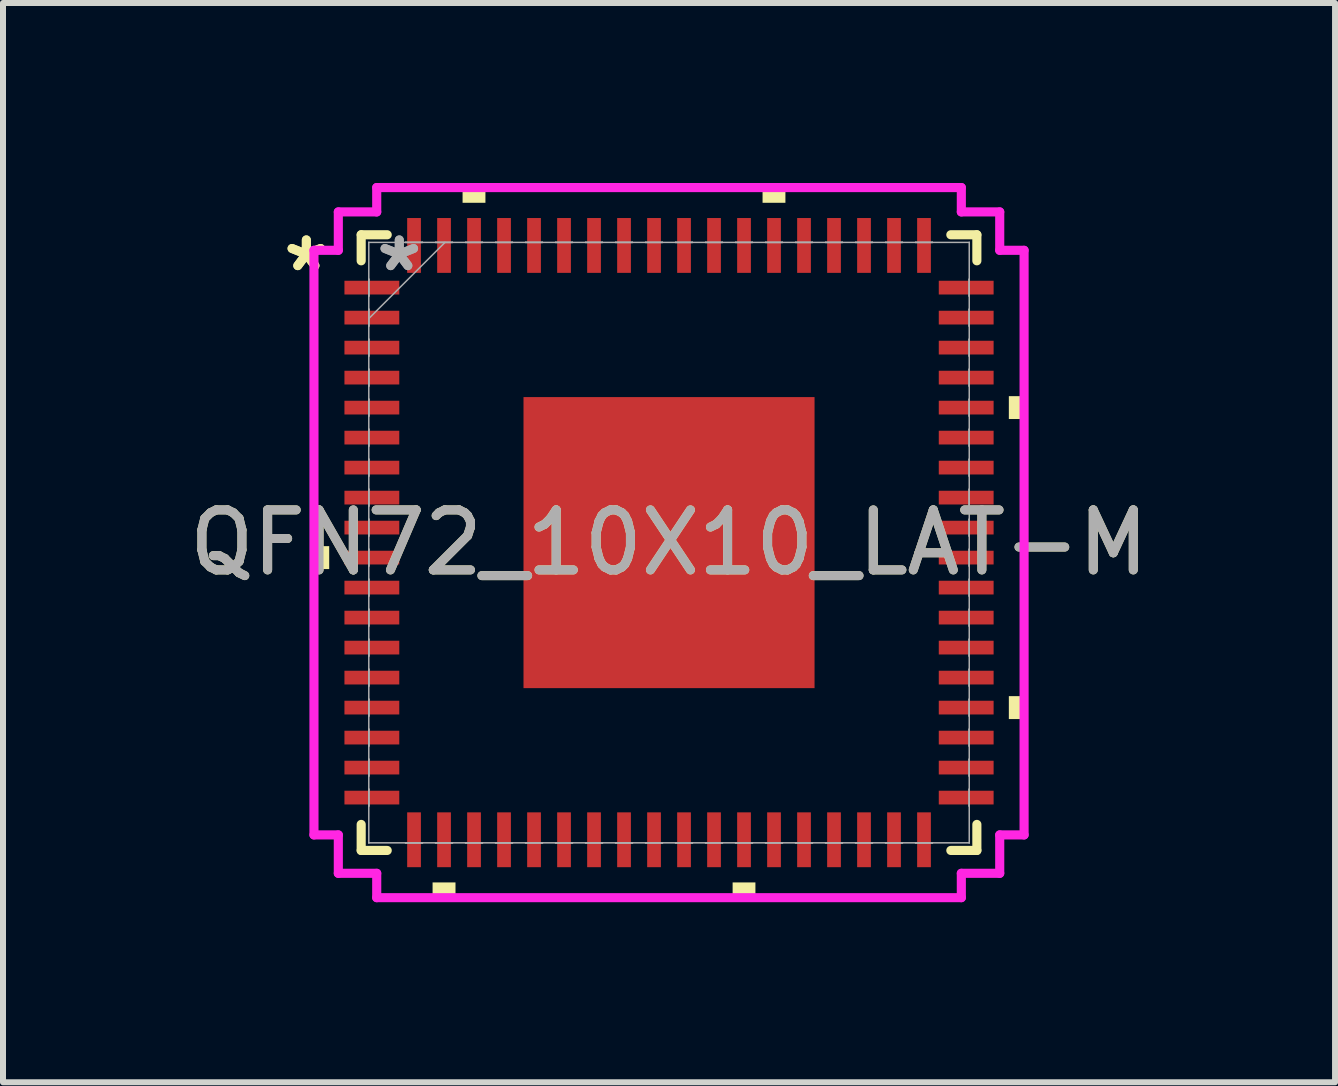
<source format=kicad_pcb>
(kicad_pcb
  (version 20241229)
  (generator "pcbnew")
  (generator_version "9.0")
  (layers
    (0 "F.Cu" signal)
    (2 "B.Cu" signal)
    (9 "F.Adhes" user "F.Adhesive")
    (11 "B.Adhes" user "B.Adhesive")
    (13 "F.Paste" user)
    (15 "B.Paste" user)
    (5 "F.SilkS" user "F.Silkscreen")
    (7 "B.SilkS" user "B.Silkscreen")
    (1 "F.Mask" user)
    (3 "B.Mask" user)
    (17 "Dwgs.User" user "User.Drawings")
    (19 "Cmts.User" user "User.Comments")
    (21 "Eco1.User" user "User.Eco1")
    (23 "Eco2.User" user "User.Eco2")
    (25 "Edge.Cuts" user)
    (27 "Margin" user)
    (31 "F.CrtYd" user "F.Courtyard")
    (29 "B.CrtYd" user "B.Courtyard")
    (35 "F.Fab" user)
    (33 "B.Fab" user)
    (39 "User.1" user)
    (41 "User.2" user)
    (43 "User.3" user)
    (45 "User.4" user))
  (footprint "QFN72_10X10_LAT-M"
    (layer "F.Cu")
    (at 8.101 5.994)
    (property "Reference" "QFN72_10X10_LAT-M" (at 0 0 0) (unlocked yes) (layer "F.SilkS") (effects (font (size 1 1) (thickness 0.15))))
    (attr smd)
    (fp_line (start -5.131 -5.131) (end -5.131 -4.697) (stroke (width 0.152) (type solid)) (layer "F.SilkS"))
    (fp_line (start -5.131 4.697) (end -5.131 5.131) (stroke (width 0.152) (type solid)) (layer "F.SilkS"))
    (fp_line (start -5.131 5.131) (end -4.697 5.131) (stroke (width 0.152) (type solid)) (layer "F.SilkS"))
    (fp_line (start -4.697 -5.131) (end -5.131 -5.131) (stroke (width 0.152) (type solid)) (layer "F.SilkS"))
    (fp_line (start 4.697 5.131) (end 5.131 5.131) (stroke (width 0.152) (type solid)) (layer "F.SilkS"))
    (fp_line (start 5.131 -5.131) (end 4.697 -5.131) (stroke (width 0.152) (type solid)) (layer "F.SilkS"))
    (fp_line (start 5.131 -4.697) (end 5.131 -5.131) (stroke (width 0.152) (type solid)) (layer "F.SilkS"))
    (fp_line (start 5.131 5.131) (end 5.131 4.697) (stroke (width 0.152) (type solid)) (layer "F.SilkS"))
    (fp_poly (pts (xy -5.918 0.059) (xy -5.918 0.441) (xy -5.664 0.441) (xy -5.664 0.059)) (stroke (width 0) (type solid)) (fill yes) (layer "F.SilkS"))
    (fp_poly (pts (xy -3.941 5.664) (xy -3.941 5.918) (xy -3.559 5.918) (xy -3.559 5.664)) (stroke (width 0) (type solid)) (fill yes) (layer "F.SilkS"))
    (fp_poly (pts (xy -3.441 -5.664) (xy -3.441 -5.918) (xy -3.06 -5.918) (xy -3.06 -5.664)) (stroke (width 0) (type solid)) (fill yes) (layer "F.SilkS"))
    (fp_poly (pts (xy 1.06 5.664) (xy 1.06 5.918) (xy 1.44 5.918) (xy 1.44 5.664)) (stroke (width 0) (type solid)) (fill yes) (layer "F.SilkS"))
    (fp_poly (pts (xy 1.559 -5.664) (xy 1.559 -5.918) (xy 1.94 -5.918) (xy 1.94 -5.664)) (stroke (width 0) (type solid)) (fill yes) (layer "F.SilkS"))
    (fp_poly (pts (xy 5.918 -2.441) (xy 5.918 -2.06) (xy 5.664 -2.06) (xy 5.664 -2.441)) (stroke (width 0) (type solid)) (fill yes) (layer "F.SilkS"))
    (fp_poly (pts (xy 5.918 2.559) (xy 5.918 2.941) (xy 5.664 2.941) (xy 5.664 2.559)) (stroke (width 0) (type solid)) (fill yes) (layer "F.SilkS"))
    (fp_poly (pts (xy -2.326 -2.326) (xy -2.326 -0.909) (xy -0.909 -0.909) (xy -0.909 -2.326)) (stroke (width 0) (type solid)) (fill yes) (layer "F.Paste"))
    (fp_poly (pts (xy -2.326 -0.709) (xy -2.326 0.709) (xy -0.909 0.709) (xy -0.909 -0.709)) (stroke (width 0) (type solid)) (fill yes) (layer "F.Paste"))
    (fp_poly (pts (xy -2.326 0.909) (xy -2.326 2.326) (xy -0.909 2.326) (xy -0.909 0.909)) (stroke (width 0) (type solid)) (fill yes) (layer "F.Paste"))
    (fp_poly (pts (xy -0.709 -2.326) (xy -0.709 -0.909) (xy 0.709 -0.909) (xy 0.709 -2.326)) (stroke (width 0) (type solid)) (fill yes) (layer "F.Paste"))
    (fp_poly (pts (xy -0.709 -0.709) (xy -0.709 0.709) (xy 0.709 0.709) (xy 0.709 -0.709)) (stroke (width 0) (type solid)) (fill yes) (layer "F.Paste"))
    (fp_poly (pts (xy -0.709 0.909) (xy -0.709 2.326) (xy 0.709 2.326) (xy 0.709 0.909)) (stroke (width 0) (type solid)) (fill yes) (layer "F.Paste"))
    (fp_poly (pts (xy 0.909 -2.326) (xy 0.909 -0.909) (xy 2.326 -0.909) (xy 2.326 -2.326)) (stroke (width 0) (type solid)) (fill yes) (layer "F.Paste"))
    (fp_poly (pts (xy 0.909 -0.709) (xy 0.909 0.709) (xy 2.326 0.709) (xy 2.326 -0.709)) (stroke (width 0) (type solid)) (fill yes) (layer "F.Paste"))
    (fp_poly (pts (xy 0.909 0.909) (xy 0.909 2.326) (xy 2.326 2.326) (xy 2.326 0.909)) (stroke (width 0) (type solid)) (fill yes) (layer "F.Paste"))
    (fp_line (start -5.918 -4.872) (end -5.512 -4.872) (stroke (width 0.152) (type solid)) (layer "F.CrtYd"))
    (fp_line (start -5.918 4.872) (end -5.918 -4.872) (stroke (width 0.152) (type solid)) (layer "F.CrtYd"))
    (fp_line (start -5.512 -5.512) (end -4.872 -5.512) (stroke (width 0.152) (type solid)) (layer "F.CrtYd"))
    (fp_line (start -5.512 -4.872) (end -5.512 -5.512) (stroke (width 0.152) (type solid)) (layer "F.CrtYd"))
    (fp_line (start -5.512 4.872) (end -5.918 4.872) (stroke (width 0.152) (type solid)) (layer "F.CrtYd"))
    (fp_line (start -5.512 5.512) (end -5.512 4.872) (stroke (width 0.152) (type solid)) (layer "F.CrtYd"))
    (fp_line (start -4.872 -5.918) (end 4.872 -5.918) (stroke (width 0.152) (type solid)) (layer "F.CrtYd"))
    (fp_line (start -4.872 -5.512) (end -4.872 -5.918) (stroke (width 0.152) (type solid)) (layer "F.CrtYd"))
    (fp_line (start -4.872 5.512) (end -5.512 5.512) (stroke (width 0.152) (type solid)) (layer "F.CrtYd"))
    (fp_line (start -4.872 5.918) (end -4.872 5.512) (stroke (width 0.152) (type solid)) (layer "F.CrtYd"))
    (fp_line (start 4.872 -5.918) (end 4.872 -5.512) (stroke (width 0.152) (type solid)) (layer "F.CrtYd"))
    (fp_line (start 4.872 -5.512) (end 5.512 -5.512) (stroke (width 0.152) (type solid)) (layer "F.CrtYd"))
    (fp_line (start 4.872 5.512) (end 4.872 5.918) (stroke (width 0.152) (type solid)) (layer "F.CrtYd"))
    (fp_line (start 4.872 5.918) (end -4.872 5.918) (stroke (width 0.152) (type solid)) (layer "F.CrtYd"))
    (fp_line (start 5.512 -5.512) (end 5.512 -4.872) (stroke (width 0.152) (type solid)) (layer "F.CrtYd"))
    (fp_line (start 5.512 -4.872) (end 5.918 -4.872) (stroke (width 0.152) (type solid)) (layer "F.CrtYd"))
    (fp_line (start 5.512 4.872) (end 5.512 5.512) (stroke (width 0.152) (type solid)) (layer "F.CrtYd"))
    (fp_line (start 5.512 5.512) (end 4.872 5.512) (stroke (width 0.152) (type solid)) (layer "F.CrtYd"))
    (fp_line (start 5.918 -4.872) (end 5.918 4.872) (stroke (width 0.152) (type solid)) (layer "F.CrtYd"))
    (fp_line (start 5.918 4.872) (end 5.512 4.872) (stroke (width 0.152) (type solid)) (layer "F.CrtYd"))
    (fp_line (start -5.004 -5.004) (end -5.004 -5.004) (stroke (width 0.025) (type solid)) (layer "F.Fab"))
    (fp_line (start -5.004 -5.004) (end -5.004 5.004) (stroke (width 0.025) (type solid)) (layer "F.Fab"))
    (fp_line (start -5.004 -4.39) (end -5.004 -4.39) (stroke (width 0.025) (type solid)) (layer "F.Fab"))
    (fp_line (start -5.004 -4.39) (end -5.004 -4.11) (stroke (width 0.025) (type solid)) (layer "F.Fab"))
    (fp_line (start -5.004 -4.11) (end -5.004 -4.39) (stroke (width 0.025) (type solid)) (layer "F.Fab"))
    (fp_line (start -5.004 -4.11) (end -5.004 -4.11) (stroke (width 0.025) (type solid)) (layer "F.Fab"))
    (fp_line (start -5.004 -3.89) (end -5.004 -3.89) (stroke (width 0.025) (type solid)) (layer "F.Fab"))
    (fp_line (start -5.004 -3.89) (end -5.004 -3.61) (stroke (width 0.025) (type solid)) (layer "F.Fab"))
    (fp_line (start -5.004 -3.734) (end -3.734 -5.004) (stroke (width 0.025) (type solid)) (layer "F.Fab"))
    (fp_line (start -5.004 -3.61) (end -5.004 -3.89) (stroke (width 0.025) (type solid)) (layer "F.Fab"))
    (fp_line (start -5.004 -3.61) (end -5.004 -3.61) (stroke (width 0.025) (type solid)) (layer "F.Fab"))
    (fp_line (start -5.004 -3.39) (end -5.004 -3.39) (stroke (width 0.025) (type solid)) (layer "F.Fab"))
    (fp_line (start -5.004 -3.39) (end -5.004 -3.11) (stroke (width 0.025) (type solid)) (layer "F.Fab"))
    (fp_line (start -5.004 -3.11) (end -5.004 -3.39) (stroke (width 0.025) (type solid)) (layer "F.Fab"))
    (fp_line (start -5.004 -3.11) (end -5.004 -3.11) (stroke (width 0.025) (type solid)) (layer "F.Fab"))
    (fp_line (start -5.004 -2.89) (end -5.004 -2.89) (stroke (width 0.025) (type solid)) (layer "F.Fab"))
    (fp_line (start -5.004 -2.89) (end -5.004 -2.61) (stroke (width 0.025) (type solid)) (layer "F.Fab"))
    (fp_line (start -5.004 -2.61) (end -5.004 -2.89) (stroke (width 0.025) (type solid)) (layer "F.Fab"))
    (fp_line (start -5.004 -2.61) (end -5.004 -2.61) (stroke (width 0.025) (type solid)) (layer "F.Fab"))
    (fp_line (start -5.004 -2.39) (end -5.004 -2.39) (stroke (width 0.025) (type solid)) (layer "F.Fab"))
    (fp_line (start -5.004 -2.39) (end -5.004 -2.11) (stroke (width 0.025) (type solid)) (layer "F.Fab"))
    (fp_line (start -5.004 -2.11) (end -5.004 -2.39) (stroke (width 0.025) (type solid)) (layer "F.Fab"))
    (fp_line (start -5.004 -2.11) (end -5.004 -2.11) (stroke (width 0.025) (type solid)) (layer "F.Fab"))
    (fp_line (start -5.004 -1.89) (end -5.004 -1.89) (stroke (width 0.025) (type solid)) (layer "F.Fab"))
    (fp_line (start -5.004 -1.89) (end -5.004 -1.61) (stroke (width 0.025) (type solid)) (layer "F.Fab"))
    (fp_line (start -5.004 -1.61) (end -5.004 -1.89) (stroke (width 0.025) (type solid)) (layer "F.Fab"))
    (fp_line (start -5.004 -1.61) (end -5.004 -1.61) (stroke (width 0.025) (type solid)) (layer "F.Fab"))
    (fp_line (start -5.004 -1.39) (end -5.004 -1.39) (stroke (width 0.025) (type solid)) (layer "F.Fab"))
    (fp_line (start -5.004 -1.39) (end -5.004 -1.11) (stroke (width 0.025) (type solid)) (layer "F.Fab"))
    (fp_line (start -5.004 -1.11) (end -5.004 -1.39) (stroke (width 0.025) (type solid)) (layer "F.Fab"))
    (fp_line (start -5.004 -1.11) (end -5.004 -1.11) (stroke (width 0.025) (type solid)) (layer "F.Fab"))
    (fp_line (start -5.004 -0.89) (end -5.004 -0.89) (stroke (width 0.025) (type solid)) (layer "F.Fab"))
    (fp_line (start -5.004 -0.89) (end -5.004 -0.61) (stroke (width 0.025) (type solid)) (layer "F.Fab"))
    (fp_line (start -5.004 -0.61) (end -5.004 -0.89) (stroke (width 0.025) (type solid)) (layer "F.Fab"))
    (fp_line (start -5.004 -0.61) (end -5.004 -0.61) (stroke (width 0.025) (type solid)) (layer "F.Fab"))
    (fp_line (start -5.004 -0.39) (end -5.004 -0.39) (stroke (width 0.025) (type solid)) (layer "F.Fab"))
    (fp_line (start -5.004 -0.39) (end -5.004 -0.11) (stroke (width 0.025) (type solid)) (layer "F.Fab"))
    (fp_line (start -5.004 -0.11) (end -5.004 -0.39) (stroke (width 0.025) (type solid)) (layer "F.Fab"))
    (fp_line (start -5.004 -0.11) (end -5.004 -0.11) (stroke (width 0.025) (type solid)) (layer "F.Fab"))
    (fp_line (start -5.004 0.11) (end -5.004 0.11) (stroke (width 0.025) (type solid)) (layer "F.Fab"))
    (fp_line (start -5.004 0.11) (end -5.004 0.39) (stroke (width 0.025) (type solid)) (layer "F.Fab"))
    (fp_line (start -5.004 0.39) (end -5.004 0.11) (stroke (width 0.025) (type solid)) (layer "F.Fab"))
    (fp_line (start -5.004 0.39) (end -5.004 0.39) (stroke (width 0.025) (type solid)) (layer "F.Fab"))
    (fp_line (start -5.004 0.61) (end -5.004 0.61) (stroke (width 0.025) (type solid)) (layer "F.Fab"))
    (fp_line (start -5.004 0.61) (end -5.004 0.89) (stroke (width 0.025) (type solid)) (layer "F.Fab"))
    (fp_line (start -5.004 0.89) (end -5.004 0.61) (stroke (width 0.025) (type solid)) (layer "F.Fab"))
    (fp_line (start -5.004 0.89) (end -5.004 0.89) (stroke (width 0.025) (type solid)) (layer "F.Fab"))
    (fp_line (start -5.004 1.11) (end -5.004 1.11) (stroke (width 0.025) (type solid)) (layer "F.Fab"))
    (fp_line (start -5.004 1.11) (end -5.004 1.39) (stroke (width 0.025) (type solid)) (layer "F.Fab"))
    (fp_line (start -5.004 1.39) (end -5.004 1.11) (stroke (width 0.025) (type solid)) (layer "F.Fab"))
    (fp_line (start -5.004 1.39) (end -5.004 1.39) (stroke (width 0.025) (type solid)) (layer "F.Fab"))
    (fp_line (start -5.004 1.61) (end -5.004 1.61) (stroke (width 0.025) (type solid)) (layer "F.Fab"))
    (fp_line (start -5.004 1.61) (end -5.004 1.89) (stroke (width 0.025) (type solid)) (layer "F.Fab"))
    (fp_line (start -5.004 1.89) (end -5.004 1.61) (stroke (width 0.025) (type solid)) (layer "F.Fab"))
    (fp_line (start -5.004 1.89) (end -5.004 1.89) (stroke (width 0.025) (type solid)) (layer "F.Fab"))
    (fp_line (start -5.004 2.11) (end -5.004 2.11) (stroke (width 0.025) (type solid)) (layer "F.Fab"))
    (fp_line (start -5.004 2.11) (end -5.004 2.39) (stroke (width 0.025) (type solid)) (layer "F.Fab"))
    (fp_line (start -5.004 2.39) (end -5.004 2.11) (stroke (width 0.025) (type solid)) (layer "F.Fab"))
    (fp_line (start -5.004 2.39) (end -5.004 2.39) (stroke (width 0.025) (type solid)) (layer "F.Fab"))
    (fp_line (start -5.004 2.61) (end -5.004 2.61) (stroke (width 0.025) (type solid)) (layer "F.Fab"))
    (fp_line (start -5.004 2.61) (end -5.004 2.89) (stroke (width 0.025) (type solid)) (layer "F.Fab"))
    (fp_line (start -5.004 2.89) (end -5.004 2.61) (stroke (width 0.025) (type solid)) (layer "F.Fab"))
    (fp_line (start -5.004 2.89) (end -5.004 2.89) (stroke (width 0.025) (type solid)) (layer "F.Fab"))
    (fp_line (start -5.004 3.11) (end -5.004 3.11) (stroke (width 0.025) (type solid)) (layer "F.Fab"))
    (fp_line (start -5.004 3.11) (end -5.004 3.39) (stroke (width 0.025) (type solid)) (layer "F.Fab"))
    (fp_line (start -5.004 3.39) (end -5.004 3.11) (stroke (width 0.025) (type solid)) (layer "F.Fab"))
    (fp_line (start -5.004 3.39) (end -5.004 3.39) (stroke (width 0.025) (type solid)) (layer "F.Fab"))
    (fp_line (start -5.004 3.61) (end -5.004 3.61) (stroke (width 0.025) (type solid)) (layer "F.Fab"))
    (fp_line (start -5.004 3.61) (end -5.004 3.89) (stroke (width 0.025) (type solid)) (layer "F.Fab"))
    (fp_line (start -5.004 3.89) (end -5.004 3.61) (stroke (width 0.025) (type solid)) (layer "F.Fab"))
    (fp_line (start -5.004 3.89) (end -5.004 3.89) (stroke (width 0.025) (type solid)) (layer "F.Fab"))
    (fp_line (start -5.004 4.11) (end -5.004 4.11) (stroke (width 0.025) (type solid)) (layer "F.Fab"))
    (fp_line (start -5.004 4.11) (end -5.004 4.39) (stroke (width 0.025) (type solid)) (layer "F.Fab"))
    (fp_line (start -5.004 4.39) (end -5.004 4.11) (stroke (width 0.025) (type solid)) (layer "F.Fab"))
    (fp_line (start -5.004 4.39) (end -5.004 4.39) (stroke (width 0.025) (type solid)) (layer "F.Fab"))
    (fp_line (start -5.004 5.004) (end -5.004 5.004) (stroke (width 0.025) (type solid)) (layer "F.Fab"))
    (fp_line (start -5.004 5.004) (end 5.004 5.004) (stroke (width 0.025) (type solid)) (layer "F.Fab"))
    (fp_line (start -4.39 -5.004) (end -4.39 -5.004) (stroke (width 0.025) (type solid)) (layer "F.Fab"))
    (fp_line (start -4.39 -5.004) (end -4.11 -5.004) (stroke (width 0.025) (type solid)) (layer "F.Fab"))
    (fp_line (start -4.39 5.004) (end -4.39 5.004) (stroke (width 0.025) (type solid)) (layer "F.Fab"))
    (fp_line (start -4.39 5.004) (end -4.11 5.004) (stroke (width 0.025) (type solid)) (layer "F.Fab"))
    (fp_line (start -4.11 -5.004) (end -4.39 -5.004) (stroke (width 0.025) (type solid)) (layer "F.Fab"))
    (fp_line (start -4.11 -5.004) (end -4.11 -5.004) (stroke (width 0.025) (type solid)) (layer "F.Fab"))
    (fp_line (start -4.11 5.004) (end -4.39 5.004) (stroke (width 0.025) (type solid)) (layer "F.Fab"))
    (fp_line (start -4.11 5.004) (end -4.11 5.004) (stroke (width 0.025) (type solid)) (layer "F.Fab"))
    (fp_line (start -3.89 -5.004) (end -3.89 -5.004) (stroke (width 0.025) (type solid)) (layer "F.Fab"))
    (fp_line (start -3.89 -5.004) (end -3.61 -5.004) (stroke (width 0.025) (type solid)) (layer "F.Fab"))
    (fp_line (start -3.89 5.004) (end -3.89 5.004) (stroke (width 0.025) (type solid)) (layer "F.Fab"))
    (fp_line (start -3.89 5.004) (end -3.61 5.004) (stroke (width 0.025) (type solid)) (layer "F.Fab"))
    (fp_line (start -3.61 -5.004) (end -3.89 -5.004) (stroke (width 0.025) (type solid)) (layer "F.Fab"))
    (fp_line (start -3.61 -5.004) (end -3.61 -5.004) (stroke (width 0.025) (type solid)) (layer "F.Fab"))
    (fp_line (start -3.61 5.004) (end -3.89 5.004) (stroke (width 0.025) (type solid)) (layer "F.Fab"))
    (fp_line (start -3.61 5.004) (end -3.61 5.004) (stroke (width 0.025) (type solid)) (layer "F.Fab"))
    (fp_line (start -3.39 -5.004) (end -3.39 -5.004) (stroke (width 0.025) (type solid)) (layer "F.Fab"))
    (fp_line (start -3.39 -5.004) (end -3.11 -5.004) (stroke (width 0.025) (type solid)) (layer "F.Fab"))
    (fp_line (start -3.39 5.004) (end -3.39 5.004) (stroke (width 0.025) (type solid)) (layer "F.Fab"))
    (fp_line (start -3.39 5.004) (end -3.11 5.004) (stroke (width 0.025) (type solid)) (layer "F.Fab"))
    (fp_line (start -3.11 -5.004) (end -3.39 -5.004) (stroke (width 0.025) (type solid)) (layer "F.Fab"))
    (fp_line (start -3.11 -5.004) (end -3.11 -5.004) (stroke (width 0.025) (type solid)) (layer "F.Fab"))
    (fp_line (start -3.11 5.004) (end -3.39 5.004) (stroke (width 0.025) (type solid)) (layer "F.Fab"))
    (fp_line (start -3.11 5.004) (end -3.11 5.004) (stroke (width 0.025) (type solid)) (layer "F.Fab"))
    (fp_line (start -2.89 -5.004) (end -2.89 -5.004) (stroke (width 0.025) (type solid)) (layer "F.Fab"))
    (fp_line (start -2.89 -5.004) (end -2.61 -5.004) (stroke (width 0.025) (type solid)) (layer "F.Fab"))
    (fp_line (start -2.89 5.004) (end -2.89 5.004) (stroke (width 0.025) (type solid)) (layer "F.Fab"))
    (fp_line (start -2.89 5.004) (end -2.61 5.004) (stroke (width 0.025) (type solid)) (layer "F.Fab"))
    (fp_line (start -2.61 -5.004) (end -2.89 -5.004) (stroke (width 0.025) (type solid)) (layer "F.Fab"))
    (fp_line (start -2.61 -5.004) (end -2.61 -5.004) (stroke (width 0.025) (type solid)) (layer "F.Fab"))
    (fp_line (start -2.61 5.004) (end -2.89 5.004) (stroke (width 0.025) (type solid)) (layer "F.Fab"))
    (fp_line (start -2.61 5.004) (end -2.61 5.004) (stroke (width 0.025) (type solid)) (layer "F.Fab"))
    (fp_line (start -2.39 -5.004) (end -2.39 -5.004) (stroke (width 0.025) (type solid)) (layer "F.Fab"))
    (fp_line (start -2.39 -5.004) (end -2.11 -5.004) (stroke (width 0.025) (type solid)) (layer "F.Fab"))
    (fp_line (start -2.39 5.004) (end -2.39 5.004) (stroke (width 0.025) (type solid)) (layer "F.Fab"))
    (fp_line (start -2.39 5.004) (end -2.11 5.004) (stroke (width 0.025) (type solid)) (layer "F.Fab"))
    (fp_line (start -2.11 -5.004) (end -2.39 -5.004) (stroke (width 0.025) (type solid)) (layer "F.Fab"))
    (fp_line (start -2.11 -5.004) (end -2.11 -5.004) (stroke (width 0.025) (type solid)) (layer "F.Fab"))
    (fp_line (start -2.11 5.004) (end -2.39 5.004) (stroke (width 0.025) (type solid)) (layer "F.Fab"))
    (fp_line (start -2.11 5.004) (end -2.11 5.004) (stroke (width 0.025) (type solid)) (layer "F.Fab"))
    (fp_line (start -1.89 -5.004) (end -1.89 -5.004) (stroke (width 0.025) (type solid)) (layer "F.Fab"))
    (fp_line (start -1.89 -5.004) (end -1.61 -5.004) (stroke (width 0.025) (type solid)) (layer "F.Fab"))
    (fp_line (start -1.89 5.004) (end -1.89 5.004) (stroke (width 0.025) (type solid)) (layer "F.Fab"))
    (fp_line (start -1.89 5.004) (end -1.61 5.004) (stroke (width 0.025) (type solid)) (layer "F.Fab"))
    (fp_line (start -1.61 -5.004) (end -1.89 -5.004) (stroke (width 0.025) (type solid)) (layer "F.Fab"))
    (fp_line (start -1.61 -5.004) (end -1.61 -5.004) (stroke (width 0.025) (type solid)) (layer "F.Fab"))
    (fp_line (start -1.61 5.004) (end -1.89 5.004) (stroke (width 0.025) (type solid)) (layer "F.Fab"))
    (fp_line (start -1.61 5.004) (end -1.61 5.004) (stroke (width 0.025) (type solid)) (layer "F.Fab"))
    (fp_line (start -1.39 -5.004) (end -1.39 -5.004) (stroke (width 0.025) (type solid)) (layer "F.Fab"))
    (fp_line (start -1.39 -5.004) (end -1.11 -5.004) (stroke (width 0.025) (type solid)) (layer "F.Fab"))
    (fp_line (start -1.39 5.004) (end -1.39 5.004) (stroke (width 0.025) (type solid)) (layer "F.Fab"))
    (fp_line (start -1.39 5.004) (end -1.11 5.004) (stroke (width 0.025) (type solid)) (layer "F.Fab"))
    (fp_line (start -1.11 -5.004) (end -1.39 -5.004) (stroke (width 0.025) (type solid)) (layer "F.Fab"))
    (fp_line (start -1.11 -5.004) (end -1.11 -5.004) (stroke (width 0.025) (type solid)) (layer "F.Fab"))
    (fp_line (start -1.11 5.004) (end -1.39 5.004) (stroke (width 0.025) (type solid)) (layer "F.Fab"))
    (fp_line (start -1.11 5.004) (end -1.11 5.004) (stroke (width 0.025) (type solid)) (layer "F.Fab"))
    (fp_line (start -0.89 -5.004) (end -0.89 -5.004) (stroke (width 0.025) (type solid)) (layer "F.Fab"))
    (fp_line (start -0.89 -5.004) (end -0.61 -5.004) (stroke (width 0.025) (type solid)) (layer "F.Fab"))
    (fp_line (start -0.89 5.004) (end -0.89 5.004) (stroke (width 0.025) (type solid)) (layer "F.Fab"))
    (fp_line (start -0.89 5.004) (end -0.61 5.004) (stroke (width 0.025) (type solid)) (layer "F.Fab"))
    (fp_line (start -0.61 -5.004) (end -0.89 -5.004) (stroke (width 0.025) (type solid)) (layer "F.Fab"))
    (fp_line (start -0.61 -5.004) (end -0.61 -5.004) (stroke (width 0.025) (type solid)) (layer "F.Fab"))
    (fp_line (start -0.61 5.004) (end -0.89 5.004) (stroke (width 0.025) (type solid)) (layer "F.Fab"))
    (fp_line (start -0.61 5.004) (end -0.61 5.004) (stroke (width 0.025) (type solid)) (layer "F.Fab"))
    (fp_line (start -0.39 -5.004) (end -0.39 -5.004) (stroke (width 0.025) (type solid)) (layer "F.Fab"))
    (fp_line (start -0.39 -5.004) (end -0.11 -5.004) (stroke (width 0.025) (type solid)) (layer "F.Fab"))
    (fp_line (start -0.39 5.004) (end -0.39 5.004) (stroke (width 0.025) (type solid)) (layer "F.Fab"))
    (fp_line (start -0.39 5.004) (end -0.11 5.004) (stroke (width 0.025) (type solid)) (layer "F.Fab"))
    (fp_line (start -0.11 -5.004) (end -0.39 -5.004) (stroke (width 0.025) (type solid)) (layer "F.Fab"))
    (fp_line (start -0.11 -5.004) (end -0.11 -5.004) (stroke (width 0.025) (type solid)) (layer "F.Fab"))
    (fp_line (start -0.11 5.004) (end -0.39 5.004) (stroke (width 0.025) (type solid)) (layer "F.Fab"))
    (fp_line (start -0.11 5.004) (end -0.11 5.004) (stroke (width 0.025) (type solid)) (layer "F.Fab"))
    (fp_line (start 0.11 -5.004) (end 0.11 -5.004) (stroke (width 0.025) (type solid)) (layer "F.Fab"))
    (fp_line (start 0.11 -5.004) (end 0.39 -5.004) (stroke (width 0.025) (type solid)) (layer "F.Fab"))
    (fp_line (start 0.11 5.004) (end 0.11 5.004) (stroke (width 0.025) (type solid)) (layer "F.Fab"))
    (fp_line (start 0.11 5.004) (end 0.39 5.004) (stroke (width 0.025) (type solid)) (layer "F.Fab"))
    (fp_line (start 0.39 -5.004) (end 0.11 -5.004) (stroke (width 0.025) (type solid)) (layer "F.Fab"))
    (fp_line (start 0.39 -5.004) (end 0.39 -5.004) (stroke (width 0.025) (type solid)) (layer "F.Fab"))
    (fp_line (start 0.39 5.004) (end 0.11 5.004) (stroke (width 0.025) (type solid)) (layer "F.Fab"))
    (fp_line (start 0.39 5.004) (end 0.39 5.004) (stroke (width 0.025) (type solid)) (layer "F.Fab"))
    (fp_line (start 0.61 -5.004) (end 0.61 -5.004) (stroke (width 0.025) (type solid)) (layer "F.Fab"))
    (fp_line (start 0.61 -5.004) (end 0.89 -5.004) (stroke (width 0.025) (type solid)) (layer "F.Fab"))
    (fp_line (start 0.61 5.004) (end 0.61 5.004) (stroke (width 0.025) (type solid)) (layer "F.Fab"))
    (fp_line (start 0.61 5.004) (end 0.89 5.004) (stroke (width 0.025) (type solid)) (layer "F.Fab"))
    (fp_line (start 0.89 -5.004) (end 0.61 -5.004) (stroke (width 0.025) (type solid)) (layer "F.Fab"))
    (fp_line (start 0.89 -5.004) (end 0.89 -5.004) (stroke (width 0.025) (type solid)) (layer "F.Fab"))
    (fp_line (start 0.89 5.004) (end 0.61 5.004) (stroke (width 0.025) (type solid)) (layer "F.Fab"))
    (fp_line (start 0.89 5.004) (end 0.89 5.004) (stroke (width 0.025) (type solid)) (layer "F.Fab"))
    (fp_line (start 1.11 -5.004) (end 1.11 -5.004) (stroke (width 0.025) (type solid)) (layer "F.Fab"))
    (fp_line (start 1.11 -5.004) (end 1.39 -5.004) (stroke (width 0.025) (type solid)) (layer "F.Fab"))
    (fp_line (start 1.11 5.004) (end 1.11 5.004) (stroke (width 0.025) (type solid)) (layer "F.Fab"))
    (fp_line (start 1.11 5.004) (end 1.39 5.004) (stroke (width 0.025) (type solid)) (layer "F.Fab"))
    (fp_line (start 1.39 -5.004) (end 1.11 -5.004) (stroke (width 0.025) (type solid)) (layer "F.Fab"))
    (fp_line (start 1.39 -5.004) (end 1.39 -5.004) (stroke (width 0.025) (type solid)) (layer "F.Fab"))
    (fp_line (start 1.39 5.004) (end 1.11 5.004) (stroke (width 0.025) (type solid)) (layer "F.Fab"))
    (fp_line (start 1.39 5.004) (end 1.39 5.004) (stroke (width 0.025) (type solid)) (layer "F.Fab"))
    (fp_line (start 1.61 -5.004) (end 1.61 -5.004) (stroke (width 0.025) (type solid)) (layer "F.Fab"))
    (fp_line (start 1.61 -5.004) (end 1.89 -5.004) (stroke (width 0.025) (type solid)) (layer "F.Fab"))
    (fp_line (start 1.61 5.004) (end 1.61 5.004) (stroke (width 0.025) (type solid)) (layer "F.Fab"))
    (fp_line (start 1.61 5.004) (end 1.89 5.004) (stroke (width 0.025) (type solid)) (layer "F.Fab"))
    (fp_line (start 1.89 -5.004) (end 1.61 -5.004) (stroke (width 0.025) (type solid)) (layer "F.Fab"))
    (fp_line (start 1.89 -5.004) (end 1.89 -5.004) (stroke (width 0.025) (type solid)) (layer "F.Fab"))
    (fp_line (start 1.89 5.004) (end 1.61 5.004) (stroke (width 0.025) (type solid)) (layer "F.Fab"))
    (fp_line (start 1.89 5.004) (end 1.89 5.004) (stroke (width 0.025) (type solid)) (layer "F.Fab"))
    (fp_line (start 2.11 -5.004) (end 2.11 -5.004) (stroke (width 0.025) (type solid)) (layer "F.Fab"))
    (fp_line (start 2.11 -5.004) (end 2.39 -5.004) (stroke (width 0.025) (type solid)) (layer "F.Fab"))
    (fp_line (start 2.11 5.004) (end 2.11 5.004) (stroke (width 0.025) (type solid)) (layer "F.Fab"))
    (fp_line (start 2.11 5.004) (end 2.39 5.004) (stroke (width 0.025) (type solid)) (layer "F.Fab"))
    (fp_line (start 2.39 -5.004) (end 2.11 -5.004) (stroke (width 0.025) (type solid)) (layer "F.Fab"))
    (fp_line (start 2.39 -5.004) (end 2.39 -5.004) (stroke (width 0.025) (type solid)) (layer "F.Fab"))
    (fp_line (start 2.39 5.004) (end 2.11 5.004) (stroke (width 0.025) (type solid)) (layer "F.Fab"))
    (fp_line (start 2.39 5.004) (end 2.39 5.004) (stroke (width 0.025) (type solid)) (layer "F.Fab"))
    (fp_line (start 2.61 -5.004) (end 2.61 -5.004) (stroke (width 0.025) (type solid)) (layer "F.Fab"))
    (fp_line (start 2.61 -5.004) (end 2.89 -5.004) (stroke (width 0.025) (type solid)) (layer "F.Fab"))
    (fp_line (start 2.61 5.004) (end 2.61 5.004) (stroke (width 0.025) (type solid)) (layer "F.Fab"))
    (fp_line (start 2.61 5.004) (end 2.89 5.004) (stroke (width 0.025) (type solid)) (layer "F.Fab"))
    (fp_line (start 2.89 -5.004) (end 2.61 -5.004) (stroke (width 0.025) (type solid)) (layer "F.Fab"))
    (fp_line (start 2.89 -5.004) (end 2.89 -5.004) (stroke (width 0.025) (type solid)) (layer "F.Fab"))
    (fp_line (start 2.89 5.004) (end 2.61 5.004) (stroke (width 0.025) (type solid)) (layer "F.Fab"))
    (fp_line (start 2.89 5.004) (end 2.89 5.004) (stroke (width 0.025) (type solid)) (layer "F.Fab"))
    (fp_line (start 3.11 -5.004) (end 3.11 -5.004) (stroke (width 0.025) (type solid)) (layer "F.Fab"))
    (fp_line (start 3.11 -5.004) (end 3.39 -5.004) (stroke (width 0.025) (type solid)) (layer "F.Fab"))
    (fp_line (start 3.11 5.004) (end 3.11 5.004) (stroke (width 0.025) (type solid)) (layer "F.Fab"))
    (fp_line (start 3.11 5.004) (end 3.39 5.004) (stroke (width 0.025) (type solid)) (layer "F.Fab"))
    (fp_line (start 3.39 -5.004) (end 3.11 -5.004) (stroke (width 0.025) (type solid)) (layer "F.Fab"))
    (fp_line (start 3.39 -5.004) (end 3.39 -5.004) (stroke (width 0.025) (type solid)) (layer "F.Fab"))
    (fp_line (start 3.39 5.004) (end 3.11 5.004) (stroke (width 0.025) (type solid)) (layer "F.Fab"))
    (fp_line (start 3.39 5.004) (end 3.39 5.004) (stroke (width 0.025) (type solid)) (layer "F.Fab"))
    (fp_line (start 3.61 -5.004) (end 3.61 -5.004) (stroke (width 0.025) (type solid)) (layer "F.Fab"))
    (fp_line (start 3.61 -5.004) (end 3.89 -5.004) (stroke (width 0.025) (type solid)) (layer "F.Fab"))
    (fp_line (start 3.61 5.004) (end 3.61 5.004) (stroke (width 0.025) (type solid)) (layer "F.Fab"))
    (fp_line (start 3.61 5.004) (end 3.89 5.004) (stroke (width 0.025) (type solid)) (layer "F.Fab"))
    (fp_line (start 3.89 -5.004) (end 3.61 -5.004) (stroke (width 0.025) (type solid)) (layer "F.Fab"))
    (fp_line (start 3.89 -5.004) (end 3.89 -5.004) (stroke (width 0.025) (type solid)) (layer "F.Fab"))
    (fp_line (start 3.89 5.004) (end 3.61 5.004) (stroke (width 0.025) (type solid)) (layer "F.Fab"))
    (fp_line (start 3.89 5.004) (end 3.89 5.004) (stroke (width 0.025) (type solid)) (layer "F.Fab"))
    (fp_line (start 4.11 -5.004) (end 4.11 -5.004) (stroke (width 0.025) (type solid)) (layer "F.Fab"))
    (fp_line (start 4.11 -5.004) (end 4.39 -5.004) (stroke (width 0.025) (type solid)) (layer "F.Fab"))
    (fp_line (start 4.11 5.004) (end 4.11 5.004) (stroke (width 0.025) (type solid)) (layer "F.Fab"))
    (fp_line (start 4.11 5.004) (end 4.39 5.004) (stroke (width 0.025) (type solid)) (layer "F.Fab"))
    (fp_line (start 4.39 -5.004) (end 4.11 -5.004) (stroke (width 0.025) (type solid)) (layer "F.Fab"))
    (fp_line (start 4.39 -5.004) (end 4.39 -5.004) (stroke (width 0.025) (type solid)) (layer "F.Fab"))
    (fp_line (start 4.39 5.004) (end 4.11 5.004) (stroke (width 0.025) (type solid)) (layer "F.Fab"))
    (fp_line (start 4.39 5.004) (end 4.39 5.004) (stroke (width 0.025) (type solid)) (layer "F.Fab"))
    (fp_line (start 5.004 -5.004) (end -5.004 -5.004) (stroke (width 0.025) (type solid)) (layer "F.Fab"))
    (fp_line (start 5.004 -5.004) (end 5.004 -5.004) (stroke (width 0.025) (type solid)) (layer "F.Fab"))
    (fp_line (start 5.004 -4.39) (end 5.004 -4.39) (stroke (width 0.025) (type solid)) (layer "F.Fab"))
    (fp_line (start 5.004 -4.39) (end 5.004 -4.11) (stroke (width 0.025) (type solid)) (layer "F.Fab"))
    (fp_line (start 5.004 -4.11) (end 5.004 -4.39) (stroke (width 0.025) (type solid)) (layer "F.Fab"))
    (fp_line (start 5.004 -4.11) (end 5.004 -4.11) (stroke (width 0.025) (type solid)) (layer "F.Fab"))
    (fp_line (start 5.004 -3.89) (end 5.004 -3.89) (stroke (width 0.025) (type solid)) (layer "F.Fab"))
    (fp_line (start 5.004 -3.89) (end 5.004 -3.61) (stroke (width 0.025) (type solid)) (layer "F.Fab"))
    (fp_line (start 5.004 -3.61) (end 5.004 -3.89) (stroke (width 0.025) (type solid)) (layer "F.Fab"))
    (fp_line (start 5.004 -3.61) (end 5.004 -3.61) (stroke (width 0.025) (type solid)) (layer "F.Fab"))
    (fp_line (start 5.004 -3.39) (end 5.004 -3.39) (stroke (width 0.025) (type solid)) (layer "F.Fab"))
    (fp_line (start 5.004 -3.39) (end 5.004 -3.11) (stroke (width 0.025) (type solid)) (layer "F.Fab"))
    (fp_line (start 5.004 -3.11) (end 5.004 -3.39) (stroke (width 0.025) (type solid)) (layer "F.Fab"))
    (fp_line (start 5.004 -3.11) (end 5.004 -3.11) (stroke (width 0.025) (type solid)) (layer "F.Fab"))
    (fp_line (start 5.004 -2.89) (end 5.004 -2.89) (stroke (width 0.025) (type solid)) (layer "F.Fab"))
    (fp_line (start 5.004 -2.89) (end 5.004 -2.61) (stroke (width 0.025) (type solid)) (layer "F.Fab"))
    (fp_line (start 5.004 -2.61) (end 5.004 -2.89) (stroke (width 0.025) (type solid)) (layer "F.Fab"))
    (fp_line (start 5.004 -2.61) (end 5.004 -2.61) (stroke (width 0.025) (type solid)) (layer "F.Fab"))
    (fp_line (start 5.004 -2.39) (end 5.004 -2.39) (stroke (width 0.025) (type solid)) (layer "F.Fab"))
    (fp_line (start 5.004 -2.39) (end 5.004 -2.11) (stroke (width 0.025) (type solid)) (layer "F.Fab"))
    (fp_line (start 5.004 -2.11) (end 5.004 -2.39) (stroke (width 0.025) (type solid)) (layer "F.Fab"))
    (fp_line (start 5.004 -2.11) (end 5.004 -2.11) (stroke (width 0.025) (type solid)) (layer "F.Fab"))
    (fp_line (start 5.004 -1.89) (end 5.004 -1.89) (stroke (width 0.025) (type solid)) (layer "F.Fab"))
    (fp_line (start 5.004 -1.89) (end 5.004 -1.61) (stroke (width 0.025) (type solid)) (layer "F.Fab"))
    (fp_line (start 5.004 -1.61) (end 5.004 -1.89) (stroke (width 0.025) (type solid)) (layer "F.Fab"))
    (fp_line (start 5.004 -1.61) (end 5.004 -1.61) (stroke (width 0.025) (type solid)) (layer "F.Fab"))
    (fp_line (start 5.004 -1.39) (end 5.004 -1.39) (stroke (width 0.025) (type solid)) (layer "F.Fab"))
    (fp_line (start 5.004 -1.39) (end 5.004 -1.11) (stroke (width 0.025) (type solid)) (layer "F.Fab"))
    (fp_line (start 5.004 -1.11) (end 5.004 -1.39) (stroke (width 0.025) (type solid)) (layer "F.Fab"))
    (fp_line (start 5.004 -1.11) (end 5.004 -1.11) (stroke (width 0.025) (type solid)) (layer "F.Fab"))
    (fp_line (start 5.004 -0.89) (end 5.004 -0.89) (stroke (width 0.025) (type solid)) (layer "F.Fab"))
    (fp_line (start 5.004 -0.89) (end 5.004 -0.61) (stroke (width 0.025) (type solid)) (layer "F.Fab"))
    (fp_line (start 5.004 -0.61) (end 5.004 -0.89) (stroke (width 0.025) (type solid)) (layer "F.Fab"))
    (fp_line (start 5.004 -0.61) (end 5.004 -0.61) (stroke (width 0.025) (type solid)) (layer "F.Fab"))
    (fp_line (start 5.004 -0.39) (end 5.004 -0.39) (stroke (width 0.025) (type solid)) (layer "F.Fab"))
    (fp_line (start 5.004 -0.39) (end 5.004 -0.11) (stroke (width 0.025) (type solid)) (layer "F.Fab"))
    (fp_line (start 5.004 -0.11) (end 5.004 -0.39) (stroke (width 0.025) (type solid)) (layer "F.Fab"))
    (fp_line (start 5.004 -0.11) (end 5.004 -0.11) (stroke (width 0.025) (type solid)) (layer "F.Fab"))
    (fp_line (start 5.004 0.11) (end 5.004 0.11) (stroke (width 0.025) (type solid)) (layer "F.Fab"))
    (fp_line (start 5.004 0.11) (end 5.004 0.39) (stroke (width 0.025) (type solid)) (layer "F.Fab"))
    (fp_line (start 5.004 0.39) (end 5.004 0.11) (stroke (width 0.025) (type solid)) (layer "F.Fab"))
    (fp_line (start 5.004 0.39) (end 5.004 0.39) (stroke (width 0.025) (type solid)) (layer "F.Fab"))
    (fp_line (start 5.004 0.61) (end 5.004 0.61) (stroke (width 0.025) (type solid)) (layer "F.Fab"))
    (fp_line (start 5.004 0.61) (end 5.004 0.89) (stroke (width 0.025) (type solid)) (layer "F.Fab"))
    (fp_line (start 5.004 0.89) (end 5.004 0.61) (stroke (width 0.025) (type solid)) (layer "F.Fab"))
    (fp_line (start 5.004 0.89) (end 5.004 0.89) (stroke (width 0.025) (type solid)) (layer "F.Fab"))
    (fp_line (start 5.004 1.11) (end 5.004 1.11) (stroke (width 0.025) (type solid)) (layer "F.Fab"))
    (fp_line (start 5.004 1.11) (end 5.004 1.39) (stroke (width 0.025) (type solid)) (layer "F.Fab"))
    (fp_line (start 5.004 1.39) (end 5.004 1.11) (stroke (width 0.025) (type solid)) (layer "F.Fab"))
    (fp_line (start 5.004 1.39) (end 5.004 1.39) (stroke (width 0.025) (type solid)) (layer "F.Fab"))
    (fp_line (start 5.004 1.61) (end 5.004 1.61) (stroke (width 0.025) (type solid)) (layer "F.Fab"))
    (fp_line (start 5.004 1.61) (end 5.004 1.89) (stroke (width 0.025) (type solid)) (layer "F.Fab"))
    (fp_line (start 5.004 1.89) (end 5.004 1.61) (stroke (width 0.025) (type solid)) (layer "F.Fab"))
    (fp_line (start 5.004 1.89) (end 5.004 1.89) (stroke (width 0.025) (type solid)) (layer "F.Fab"))
    (fp_line (start 5.004 2.11) (end 5.004 2.11) (stroke (width 0.025) (type solid)) (layer "F.Fab"))
    (fp_line (start 5.004 2.11) (end 5.004 2.39) (stroke (width 0.025) (type solid)) (layer "F.Fab"))
    (fp_line (start 5.004 2.39) (end 5.004 2.11) (stroke (width 0.025) (type solid)) (layer "F.Fab"))
    (fp_line (start 5.004 2.39) (end 5.004 2.39) (stroke (width 0.025) (type solid)) (layer "F.Fab"))
    (fp_line (start 5.004 2.61) (end 5.004 2.61) (stroke (width 0.025) (type solid)) (layer "F.Fab"))
    (fp_line (start 5.004 2.61) (end 5.004 2.89) (stroke (width 0.025) (type solid)) (layer "F.Fab"))
    (fp_line (start 5.004 2.89) (end 5.004 2.61) (stroke (width 0.025) (type solid)) (layer "F.Fab"))
    (fp_line (start 5.004 2.89) (end 5.004 2.89) (stroke (width 0.025) (type solid)) (layer "F.Fab"))
    (fp_line (start 5.004 3.11) (end 5.004 3.11) (stroke (width 0.025) (type solid)) (layer "F.Fab"))
    (fp_line (start 5.004 3.11) (end 5.004 3.39) (stroke (width 0.025) (type solid)) (layer "F.Fab"))
    (fp_line (start 5.004 3.39) (end 5.004 3.11) (stroke (width 0.025) (type solid)) (layer "F.Fab"))
    (fp_line (start 5.004 3.39) (end 5.004 3.39) (stroke (width 0.025) (type solid)) (layer "F.Fab"))
    (fp_line (start 5.004 3.61) (end 5.004 3.61) (stroke (width 0.025) (type solid)) (layer "F.Fab"))
    (fp_line (start 5.004 3.61) (end 5.004 3.89) (stroke (width 0.025) (type solid)) (layer "F.Fab"))
    (fp_line (start 5.004 3.89) (end 5.004 3.61) (stroke (width 0.025) (type solid)) (layer "F.Fab"))
    (fp_line (start 5.004 3.89) (end 5.004 3.89) (stroke (width 0.025) (type solid)) (layer "F.Fab"))
    (fp_line (start 5.004 4.11) (end 5.004 4.11) (stroke (width 0.025) (type solid)) (layer "F.Fab"))
    (fp_line (start 5.004 4.11) (end 5.004 4.39) (stroke (width 0.025) (type solid)) (layer "F.Fab"))
    (fp_line (start 5.004 4.39) (end 5.004 4.11) (stroke (width 0.025) (type solid)) (layer "F.Fab"))
    (fp_line (start 5.004 4.39) (end 5.004 4.39) (stroke (width 0.025) (type solid)) (layer "F.Fab"))
    (fp_line (start 5.004 5.004) (end 5.004 -5.004) (stroke (width 0.025) (type solid)) (layer "F.Fab"))
    (fp_line (start 5.004 5.004) (end 5.004 5.004) (stroke (width 0.025) (type solid)) (layer "F.Fab"))
    (fp_text user "*" (at -6.045 -4.5 0) (unlocked yes) (layer "F.SilkS") (effects (font (size 1 1) (thickness 0.15))))
    (fp_text user "*" (at -6.045 -4.5 0) (layer "F.SilkS") (effects (font (size 1 1) (thickness 0.15))))
    (fp_text user "*" (at -4.496 -4.5 0) (layer "F.Fab") (effects (font (size 1 1) (thickness 0.15))))
    (fp_text user "${REFERENCE}" (at 0 0 0) (unlocked yes) (layer "F.Fab") (effects (font (size 1 1) (thickness 0.15))))
    (fp_text user "*" (at -4.496 -4.5 0) (unlocked yes) (layer "F.Fab") (effects (font (size 1 1) (thickness 0.15))))
    (pad "1" smd rect (at -4.953 -4.25 90) (size 0.229 0.914) (layers "F.Cu" "F.Mask" "F.Paste"))
    (pad "2" smd rect (at -4.953 -3.75 90) (size 0.229 0.914) (layers "F.Cu" "F.Mask" "F.Paste"))
    (pad "3" smd rect (at -4.953 -3.25 90) (size 0.229 0.914) (layers "F.Cu" "F.Mask" "F.Paste"))
    (pad "4" smd rect (at -4.953 -2.75 90) (size 0.229 0.914) (layers "F.Cu" "F.Mask" "F.Paste"))
    (pad "5" smd rect (at -4.953 -2.25 90) (size 0.229 0.914) (layers "F.Cu" "F.Mask" "F.Paste"))
    (pad "6" smd rect (at -4.953 -1.75 90) (size 0.229 0.914) (layers "F.Cu" "F.Mask" "F.Paste"))
    (pad "7" smd rect (at -4.953 -1.25 90) (size 0.229 0.914) (layers "F.Cu" "F.Mask" "F.Paste"))
    (pad "8" smd rect (at -4.953 -0.75 90) (size 0.229 0.914) (layers "F.Cu" "F.Mask" "F.Paste"))
    (pad "9" smd rect (at -4.953 -0.25 90) (size 0.229 0.914) (layers "F.Cu" "F.Mask" "F.Paste"))
    (pad "10" smd rect (at -4.953 0.25 90) (size 0.229 0.914) (layers "F.Cu" "F.Mask" "F.Paste"))
    (pad "11" smd rect (at -4.953 0.75 90) (size 0.229 0.914) (layers "F.Cu" "F.Mask" "F.Paste"))
    (pad "12" smd rect (at -4.953 1.25 90) (size 0.229 0.914) (layers "F.Cu" "F.Mask" "F.Paste"))
    (pad "13" smd rect (at -4.953 1.75 90) (size 0.229 0.914) (layers "F.Cu" "F.Mask" "F.Paste"))
    (pad "14" smd rect (at -4.953 2.25 90) (size 0.229 0.914) (layers "F.Cu" "F.Mask" "F.Paste"))
    (pad "15" smd rect (at -4.953 2.75 90) (size 0.229 0.914) (layers "F.Cu" "F.Mask" "F.Paste"))
    (pad "16" smd rect (at -4.953 3.25 90) (size 0.229 0.914) (layers "F.Cu" "F.Mask" "F.Paste"))
    (pad "17" smd rect (at -4.953 3.75 90) (size 0.229 0.914) (layers "F.Cu" "F.Mask" "F.Paste"))
    (pad "18" smd rect (at -4.953 4.25 90) (size 0.229 0.914) (layers "F.Cu" "F.Mask" "F.Paste"))
    (pad "19" smd rect (at -4.25 4.953) (size 0.229 0.914) (layers "F.Cu" "F.Mask" "F.Paste"))
    (pad "20" smd rect (at -3.75 4.953) (size 0.229 0.914) (layers "F.Cu" "F.Mask" "F.Paste"))
    (pad "21" smd rect (at -3.25 4.953) (size 0.229 0.914) (layers "F.Cu" "F.Mask" "F.Paste"))
    (pad "22" smd rect (at -2.75 4.953) (size 0.229 0.914) (layers "F.Cu" "F.Mask" "F.Paste"))
    (pad "23" smd rect (at -2.25 4.953) (size 0.229 0.914) (layers "F.Cu" "F.Mask" "F.Paste"))
    (pad "24" smd rect (at -1.75 4.953) (size 0.229 0.914) (layers "F.Cu" "F.Mask" "F.Paste"))
    (pad "25" smd rect (at -1.25 4.953) (size 0.229 0.914) (layers "F.Cu" "F.Mask" "F.Paste"))
    (pad "26" smd rect (at -0.75 4.953) (size 0.229 0.914) (layers "F.Cu" "F.Mask" "F.Paste"))
    (pad "27" smd rect (at -0.25 4.953) (size 0.229 0.914) (layers "F.Cu" "F.Mask" "F.Paste"))
    (pad "28" smd rect (at 0.25 4.953) (size 0.229 0.914) (layers "F.Cu" "F.Mask" "F.Paste"))
    (pad "29" smd rect (at 0.75 4.953) (size 0.229 0.914) (layers "F.Cu" "F.Mask" "F.Paste"))
    (pad "30" smd rect (at 1.25 4.953) (size 0.229 0.914) (layers "F.Cu" "F.Mask" "F.Paste"))
    (pad "31" smd rect (at 1.75 4.953) (size 0.229 0.914) (layers "F.Cu" "F.Mask" "F.Paste"))
    (pad "32" smd rect (at 2.25 4.953) (size 0.229 0.914) (layers "F.Cu" "F.Mask" "F.Paste"))
    (pad "33" smd rect (at 2.75 4.953) (size 0.229 0.914) (layers "F.Cu" "F.Mask" "F.Paste"))
    (pad "34" smd rect (at 3.25 4.953) (size 0.229 0.914) (layers "F.Cu" "F.Mask" "F.Paste"))
    (pad "35" smd rect (at 3.75 4.953) (size 0.229 0.914) (layers "F.Cu" "F.Mask" "F.Paste"))
    (pad "36" smd rect (at 4.25 4.953) (size 0.229 0.914) (layers "F.Cu" "F.Mask" "F.Paste"))
    (pad "37" smd rect (at 4.953 4.25 90) (size 0.229 0.914) (layers "F.Cu" "F.Mask" "F.Paste"))
    (pad "38" smd rect (at 4.953 3.75 90) (size 0.229 0.914) (layers "F.Cu" "F.Mask" "F.Paste"))
    (pad "39" smd rect (at 4.953 3.25 90) (size 0.229 0.914) (layers "F.Cu" "F.Mask" "F.Paste"))
    (pad "40" smd rect (at 4.953 2.75 90) (size 0.229 0.914) (layers "F.Cu" "F.Mask" "F.Paste"))
    (pad "41" smd rect (at 4.953 2.25 90) (size 0.229 0.914) (layers "F.Cu" "F.Mask" "F.Paste"))
    (pad "42" smd rect (at 4.953 1.75 90) (size 0.229 0.914) (layers "F.Cu" "F.Mask" "F.Paste"))
    (pad "43" smd rect (at 4.953 1.25 90) (size 0.229 0.914) (layers "F.Cu" "F.Mask" "F.Paste"))
    (pad "44" smd rect (at 4.953 0.75 90) (size 0.229 0.914) (layers "F.Cu" "F.Mask" "F.Paste"))
    (pad "45" smd rect (at 4.953 0.25 90) (size 0.229 0.914) (layers "F.Cu" "F.Mask" "F.Paste"))
    (pad "46" smd rect (at 4.953 -0.25 90) (size 0.229 0.914) (layers "F.Cu" "F.Mask" "F.Paste"))
    (pad "47" smd rect (at 4.953 -0.75 90) (size 0.229 0.914) (layers "F.Cu" "F.Mask" "F.Paste"))
    (pad "48" smd rect (at 4.953 -1.25 90) (size 0.229 0.914) (layers "F.Cu" "F.Mask" "F.Paste"))
    (pad "49" smd rect (at 4.953 -1.75 90) (size 0.229 0.914) (layers "F.Cu" "F.Mask" "F.Paste"))
    (pad "50" smd rect (at 4.953 -2.25 90) (size 0.229 0.914) (layers "F.Cu" "F.Mask" "F.Paste"))
    (pad "51" smd rect (at 4.953 -2.75 90) (size 0.229 0.914) (layers "F.Cu" "F.Mask" "F.Paste"))
    (pad "52" smd rect (at 4.953 -3.25 90) (size 0.229 0.914) (layers "F.Cu" "F.Mask" "F.Paste"))
    (pad "53" smd rect (at 4.953 -3.75 90) (size 0.229 0.914) (layers "F.Cu" "F.Mask" "F.Paste"))
    (pad "54" smd rect (at 4.953 -4.25 90) (size 0.229 0.914) (layers "F.Cu" "F.Mask" "F.Paste"))
    (pad "55" smd rect (at 4.25 -4.953) (size 0.229 0.914) (layers "F.Cu" "F.Mask" "F.Paste"))
    (pad "56" smd rect (at 3.75 -4.953) (size 0.229 0.914) (layers "F.Cu" "F.Mask" "F.Paste"))
    (pad "57" smd rect (at 3.25 -4.953) (size 0.229 0.914) (layers "F.Cu" "F.Mask" "F.Paste"))
    (pad "58" smd rect (at 2.75 -4.953) (size 0.229 0.914) (layers "F.Cu" "F.Mask" "F.Paste"))
    (pad "59" smd rect (at 2.25 -4.953) (size 0.229 0.914) (layers "F.Cu" "F.Mask" "F.Paste"))
    (pad "60" smd rect (at 1.75 -4.953) (size 0.229 0.914) (layers "F.Cu" "F.Mask" "F.Paste"))
    (pad "61" smd rect (at 1.25 -4.953) (size 0.229 0.914) (layers "F.Cu" "F.Mask" "F.Paste"))
    (pad "62" smd rect (at 0.75 -4.953) (size 0.229 0.914) (layers "F.Cu" "F.Mask" "F.Paste"))
    (pad "63" smd rect (at 0.25 -4.953) (size 0.229 0.914) (layers "F.Cu" "F.Mask" "F.Paste"))
    (pad "64" smd rect (at -0.25 -4.953) (size 0.229 0.914) (layers "F.Cu" "F.Mask" "F.Paste"))
    (pad "65" smd rect (at -0.75 -4.953) (size 0.229 0.914) (layers "F.Cu" "F.Mask" "F.Paste"))
    (pad "66" smd rect (at -1.25 -4.953) (size 0.229 0.914) (layers "F.Cu" "F.Mask" "F.Paste"))
    (pad "67" smd rect (at -1.75 -4.953) (size 0.229 0.914) (layers "F.Cu" "F.Mask" "F.Paste"))
    (pad "68" smd rect (at -2.25 -4.953) (size 0.229 0.914) (layers "F.Cu" "F.Mask" "F.Paste"))
    (pad "69" smd rect (at -2.75 -4.953) (size 0.229 0.914) (layers "F.Cu" "F.Mask" "F.Paste"))
    (pad "70" smd rect (at -3.25 -4.953) (size 0.229 0.914) (layers "F.Cu" "F.Mask" "F.Paste"))
    (pad "71" smd rect (at -3.75 -4.953) (size 0.229 0.914) (layers "F.Cu" "F.Mask" "F.Paste"))
    (pad "72" smd rect (at -4.25 -4.953) (size 0.229 0.914) (layers "F.Cu" "F.Mask" "F.Paste"))
    (pad "73" smd rect (at 0 0) (size 4.851 4.851) (layers "F.Cu" "F.Mask")))
  (gr_rect
    (start -3 -3)
    (end 19.202 14.989)
    (stroke (width 0.1) (type default))
    (fill no)
    (layer "Edge.Cuts")))
</source>
